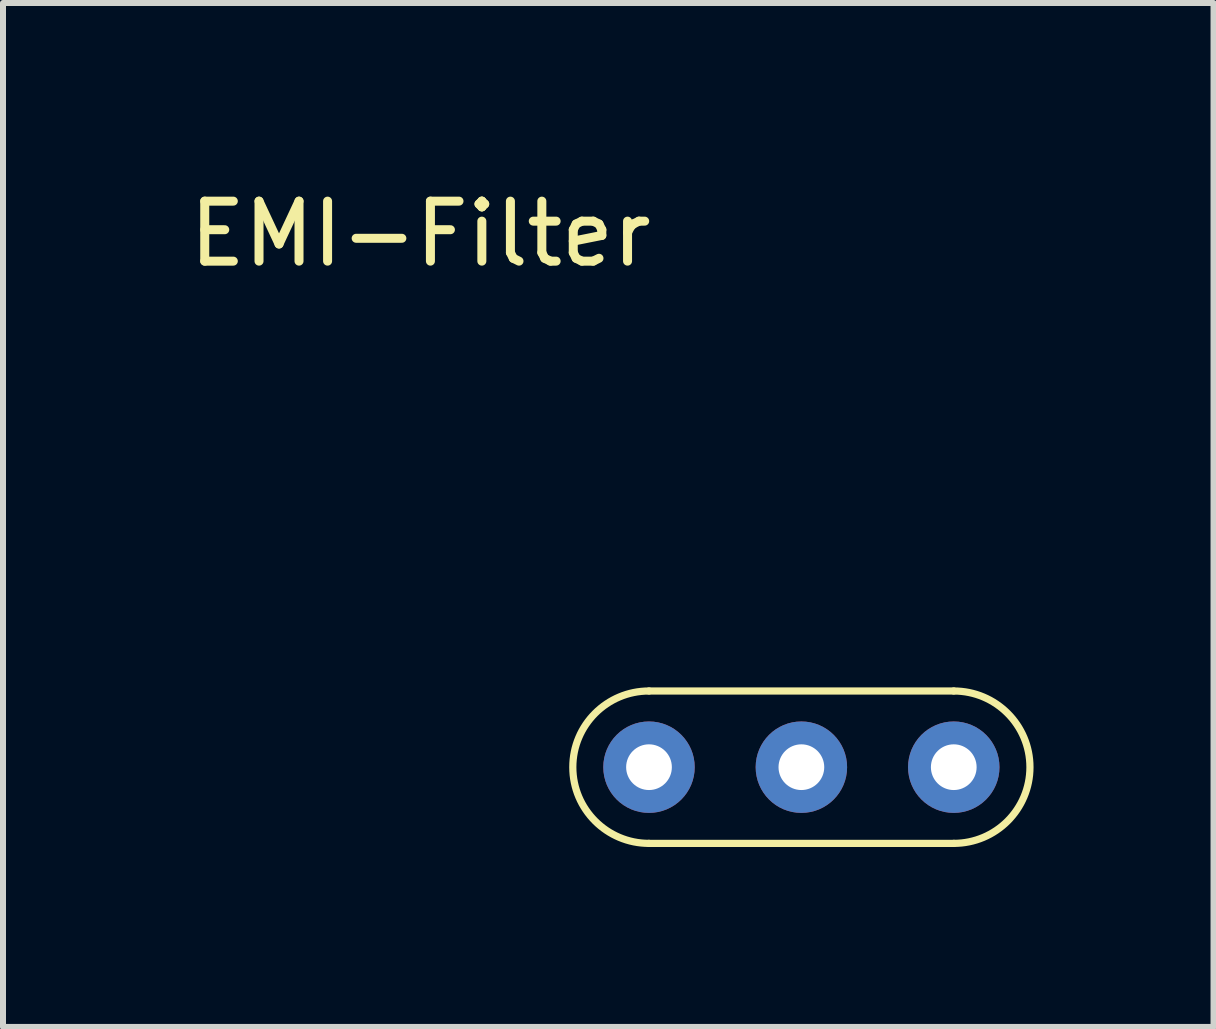
<source format=kicad_pcb>
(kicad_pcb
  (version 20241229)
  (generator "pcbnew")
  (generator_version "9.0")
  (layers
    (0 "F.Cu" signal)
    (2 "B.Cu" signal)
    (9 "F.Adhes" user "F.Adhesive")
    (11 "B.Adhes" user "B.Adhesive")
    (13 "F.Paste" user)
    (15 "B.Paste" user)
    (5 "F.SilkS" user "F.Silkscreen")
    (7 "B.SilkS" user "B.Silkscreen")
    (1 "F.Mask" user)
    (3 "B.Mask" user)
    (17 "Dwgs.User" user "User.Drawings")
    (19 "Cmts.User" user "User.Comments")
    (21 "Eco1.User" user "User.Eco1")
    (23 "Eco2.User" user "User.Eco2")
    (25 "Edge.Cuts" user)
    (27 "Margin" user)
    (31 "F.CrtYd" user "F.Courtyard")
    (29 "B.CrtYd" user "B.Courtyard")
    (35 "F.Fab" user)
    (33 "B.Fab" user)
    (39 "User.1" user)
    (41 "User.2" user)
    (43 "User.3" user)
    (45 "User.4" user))
  (footprint "EMI-Filter"
    (layer "F.Cu")
    (at 7.768 9.738)
    (property "Reference" "EMI-Filter" (at -3.81 -8.89 0) (layer "F.SilkS") (effects (font (size 1 1) (thickness 0.15))))
    (attr through_hole)
    (fp_line (start 0 -1.27) (end 5.08 -1.27) (stroke (width 0.12) (type solid)) (layer "F.SilkS"))
    (fp_line (start 0 1.27) (end 5.08 1.27) (stroke (width 0.12) (type solid)) (layer "F.SilkS"))
    (fp_arc (start 0 1.27) (mid -1.27 0) (end 0 -1.27) (stroke (width 0.12) (type solid)) (layer "F.SilkS"))
    (fp_arc (start 5.08 -1.27) (mid 6.35 0) (end 5.08 1.27) (stroke (width 0.12) (type solid)) (layer "F.SilkS"))
    (pad "1" thru_hole circle (at 0 0) (size 1.524 1.524) (drill 0.762) (layers "*.Cu" "*.Mask"))
    (pad "2" thru_hole circle (at 2.54 0) (size 1.524 1.524) (drill 0.762) (layers "*.Cu" "*.Mask"))
    (pad "3" thru_hole circle (at 5.08 0) (size 1.524 1.524) (drill 0.762) (layers "*.Cu" "*.Mask")))
  (gr_rect
    (start -3 -3)
    (end 17.178 14.068)
    (stroke (width 0.1) (type default))
    (fill no)
    (layer "Edge.Cuts")))
</source>
